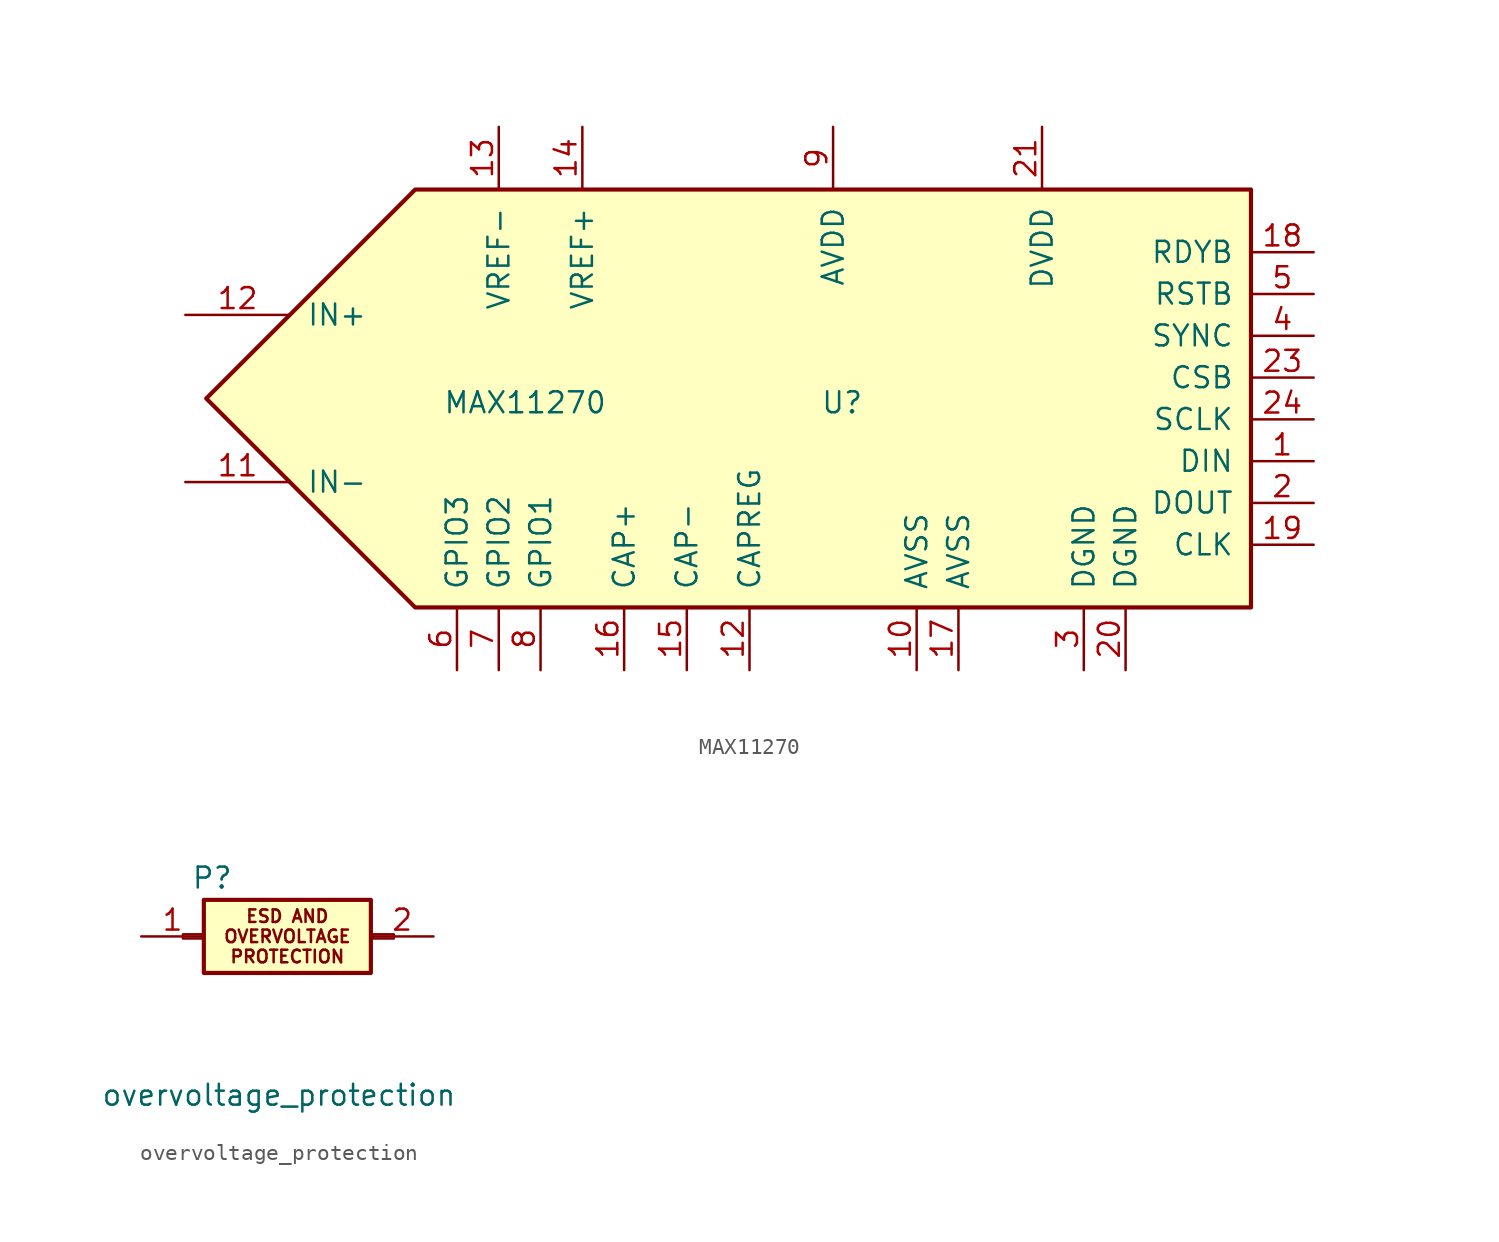
<source format=kicad_sym>
(kicad_symbol_lib
  (version 20241209)
  (generator "kicad_symbol_editor")
  (generator_version "9.0")
  (symbol "MAX11270"
    (pin_names
      (offset 1.016))
    (property "Reference" "U"
      (at 8.128 -0.254 0)
      (effects (font (size 1.27 1.27)) (justify left)))
    (property "Value" "MAX11270"
      (at -4.826 -0.254 0)
      (effects (font (size 1.27 1.27)) (justify right)))
    (symbol "MAX11270_0_1"
      (polyline (pts (xy 34.29 12.7) (xy -16.51 12.7) (xy -29.21 0) (xy -16.51 -12.7) (xy 3.81 -12.7) (xy 34.29 -12.7) (xy 34.29 12.7)) (stroke (width 0.254) (type default)) (fill (type background))))
    (symbol "MAX11270_1_1"
      (pin input line (at -30.48 5.08 0) (length 6.35) (name "IN+" (effects (font (size 1.27 1.27)))) (number "12" (effects (font (size 1.27 1.27)))))
      (pin input line (at -30.48 -5.08 0) (length 6.35) (name "IN-" (effects (font (size 1.27 1.27)))) (number "11" (effects (font (size 1.27 1.27)))))
      (pin bidirectional line (at -13.97 -16.51 90) (length 3.81) (name "GPIO3" (effects (font (size 1.27 1.27)))) (number "6" (effects (font (size 1.27 1.27)))))
      (pin input line (at -11.43 16.51 270) (length 3.81) (name "VREF-" (effects (font (size 1.27 1.27)))) (number "13" (effects (font (size 1.27 1.27)))))
      (pin bidirectional line (at -11.43 -16.51 90) (length 3.81) (name "GPIO2" (effects (font (size 1.27 1.27)))) (number "7" (effects (font (size 1.27 1.27)))))
      (pin bidirectional line (at -8.89 -16.51 90) (length 3.81) (name "GPIO1" (effects (font (size 1.27 1.27)))) (number "8" (effects (font (size 1.27 1.27)))))
      (pin input line (at -6.35 16.51 270) (length 3.81) (name "VREF+" (effects (font (size 1.27 1.27)))) (number "14" (effects (font (size 1.27 1.27)))))
      (pin output line (at -3.81 -16.51 90) (length 3.81) (name "CAP+" (effects (font (size 1.27 1.27)))) (number "16" (effects (font (size 1.27 1.27)))))
      (pin output line (at 0 -16.51 90) (length 3.81) (name "CAP-" (effects (font (size 1.27 1.27)))) (number "15" (effects (font (size 1.27 1.27)))))
      (pin output line (at 3.81 -16.51 90) (length 3.81) (name "CAPREG" (effects (font (size 1.27 1.27)))) (number "12" (effects (font (size 1.27 1.27)))))
      (pin power_in line (at 8.89 16.51 270) (length 3.81) (name "AVDD" (effects (font (size 1.27 1.27)))) (number "9" (effects (font (size 1.27 1.27)))))
      (pin power_in line (at 13.97 -16.51 90) (length 3.81) (name "AVSS" (effects (font (size 1.27 1.27)))) (number "10" (effects (font (size 1.27 1.27)))))
      (pin power_in line (at 16.51 -16.51 90) (length 3.81) (name "AVSS" (effects (font (size 1.27 1.27)))) (number "17" (effects (font (size 1.27 1.27)))))
      (pin power_in line (at 21.59 16.51 270) (length 3.81) (name "DVDD" (effects (font (size 1.27 1.27)))) (number "21" (effects (font (size 1.27 1.27)))))
      (pin power_in line (at 24.13 -16.51 90) (length 3.81) (name "DGND" (effects (font (size 1.27 1.27)))) (number "3" (effects (font (size 1.27 1.27)))))
      (pin power_in line (at 26.67 -16.51 90) (length 3.81) (name "DGND" (effects (font (size 1.27 1.27)))) (number "20" (effects (font (size 1.27 1.27)))))
      (pin output line (at 38.1 8.89 180) (length 3.81) (name "RDYB" (effects (font (size 1.27 1.27)))) (number "18" (effects (font (size 1.27 1.27)))))
      (pin input line (at 38.1 6.35 180) (length 3.81) (name "RSTB" (effects (font (size 1.27 1.27)))) (number "5" (effects (font (size 1.27 1.27)))))
      (pin input line (at 38.1 3.81 180) (length 3.81) (name "SYNC" (effects (font (size 1.27 1.27)))) (number "4" (effects (font (size 1.27 1.27)))))
      (pin input line (at 38.1 1.27 180) (length 3.81) (name "CSB" (effects (font (size 1.27 1.27)))) (number "23" (effects (font (size 1.27 1.27)))))
      (pin input line (at 38.1 -1.27 180) (length 3.81) (name "SCLK" (effects (font (size 1.27 1.27)))) (number "24" (effects (font (size 1.27 1.27)))))
      (pin input line (at 38.1 -3.81 180) (length 3.81) (name "DIN" (effects (font (size 1.27 1.27)))) (number "1" (effects (font (size 1.27 1.27)))))
      (pin output line (at 38.1 -6.35 180) (length 3.81) (name "DOUT" (effects (font (size 1.27 1.27)))) (number "2" (effects (font (size 1.27 1.27)))))
      (pin input line (at 38.1 -8.89 180) (length 3.81) (name "CLK" (effects (font (size 1.27 1.27)))) (number "19" (effects (font (size 1.27 1.27)))))))
  (symbol "overvoltage_protection"
    (pin_names
      (offset 1.016)
      (hide yes))
    (property "Reference" "P"
      (at -4.572 3.556 0)
      (effects (font (size 1.27 1.27))))
    (property "Value" "overvoltage_protection"
      (at -0.508 -9.652 0)
      (effects (font (size 1.27 1.27))))
    (symbol "overvoltage_protection_1_1"
      (rectangle (start -6.35 0.127) (end -5.08 -0.127) (stroke (width 0.152) (type default)) (fill (type none)))
      (rectangle (start -5.08 2.223) (end 5.08 -2.223) (stroke (width 0.254) (type default)) (fill (type background)))
      (rectangle (start 5.207 0.127) (end 6.477 -0.127) (stroke (width 0.152) (type default)) (fill (type none)))
      (text "ESD AND\nOVERVOLTAGE\nPROTECTION" (at 0 0 0) (effects (font (size 0.762 0.762))))
      (pin input line (at -8.89 0 0) (length 3.81) (name "IN" (effects (font (size 1.27 1.27)))) (number "1" (effects (font (size 1.27 1.27)))))
      (pin output line (at 8.89 0 180) (length 3.81) (name "OUT" (effects (font (size 1.27 1.27)))) (number "2" (effects (font (size 1.27 1.27))))))))
</source>
